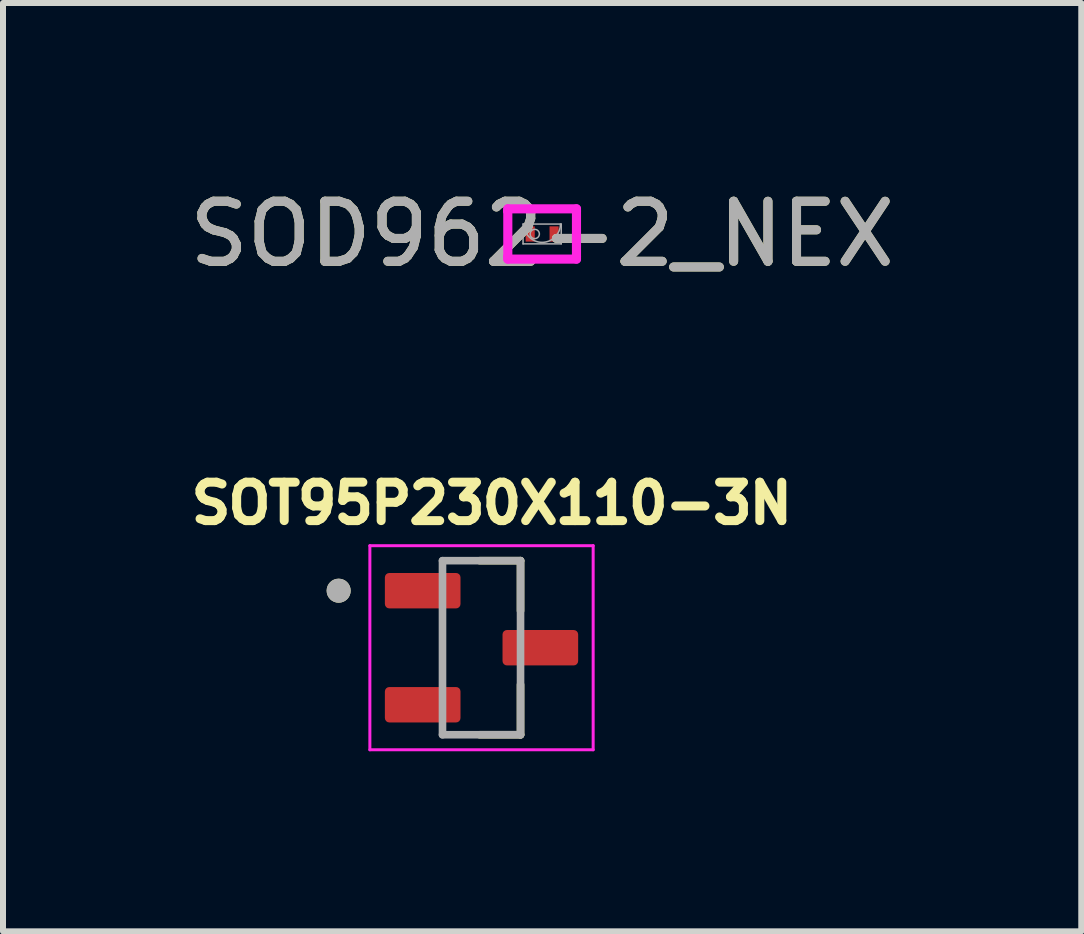
<source format=kicad_pcb>
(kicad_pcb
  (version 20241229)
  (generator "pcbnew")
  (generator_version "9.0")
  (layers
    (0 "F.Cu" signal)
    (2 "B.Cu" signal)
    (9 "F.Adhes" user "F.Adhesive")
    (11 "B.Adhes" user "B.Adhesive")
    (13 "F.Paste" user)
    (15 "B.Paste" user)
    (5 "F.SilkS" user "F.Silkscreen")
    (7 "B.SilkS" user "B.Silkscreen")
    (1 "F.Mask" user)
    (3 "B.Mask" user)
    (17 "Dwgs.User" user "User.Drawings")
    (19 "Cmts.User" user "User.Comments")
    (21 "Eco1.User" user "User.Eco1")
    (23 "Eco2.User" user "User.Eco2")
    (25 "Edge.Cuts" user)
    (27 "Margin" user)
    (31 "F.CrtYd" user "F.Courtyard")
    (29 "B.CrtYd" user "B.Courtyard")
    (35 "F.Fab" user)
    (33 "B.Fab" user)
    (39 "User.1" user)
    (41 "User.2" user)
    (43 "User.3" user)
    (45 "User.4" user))
  (footprint "SOT95P230X110-3N"
    (layer "F.Cu")
    (at 4.972 7.741)
    (property "Reference" "SOT95P230X110-3N" (at 0.172 -2.406 0) (layer "F.SilkS") (effects (font (size 0.64 0.64) (thickness 0.15))))
    (attr smd)
    (fp_line (start -0.03 1.45) (end 0.65 1.45) (stroke (width 0.127) (type solid)) (layer "F.SilkS"))
    (fp_line (start 0.65 -1.45) (end -0.03 -1.45) (stroke (width 0.127) (type solid)) (layer "F.SilkS"))
    (fp_line (start 0.65 -0.615) (end 0.65 -1.45) (stroke (width 0.127) (type solid)) (layer "F.SilkS"))
    (fp_line (start 0.65 1.45) (end 0.65 0.615) (stroke (width 0.127) (type solid)) (layer "F.SilkS"))
    (fp_circle (center -2.38 -0.95) (end -2.28 -0.95) (stroke (width 0.2) (type solid)) (fill no) (layer "F.SilkS"))
    (fp_line (start -1.86 -1.7) (end -1.86 1.7) (stroke (width 0.05) (type solid)) (layer "F.CrtYd"))
    (fp_line (start -1.86 1.7) (end 1.86 1.7) (stroke (width 0.05) (type solid)) (layer "F.CrtYd"))
    (fp_line (start 1.86 -1.7) (end -1.86 -1.7) (stroke (width 0.05) (type solid)) (layer "F.CrtYd"))
    (fp_line (start 1.86 1.7) (end 1.86 -1.7) (stroke (width 0.05) (type solid)) (layer "F.CrtYd"))
    (fp_line (start -0.65 -1.45) (end -0.65 1.45) (stroke (width 0.127) (type solid)) (layer "F.Fab"))
    (fp_line (start -0.65 1.45) (end 0.65 1.45) (stroke (width 0.127) (type solid)) (layer "F.Fab"))
    (fp_line (start 0.65 -1.45) (end -0.65 -1.45) (stroke (width 0.127) (type solid)) (layer "F.Fab"))
    (fp_line (start 0.65 1.45) (end 0.65 -1.45) (stroke (width 0.127) (type solid)) (layer "F.Fab"))
    (fp_circle (center -2.38 -0.95) (end -2.28 -0.95) (stroke (width 0.2) (type solid)) (fill no) (layer "F.Fab"))
    (pad "1" smd roundrect (at -0.98 -0.95) (size 1.26 0.59) (layers "F.Cu" "F.Mask" "F.Paste") (roundrect_rratio 0.125))
    (pad "2" smd roundrect (at -0.98 0.95) (size 1.26 0.59) (layers "F.Cu" "F.Mask" "F.Paste") (roundrect_rratio 0.125))
    (pad "3" smd roundrect (at 0.98 0) (size 1.26 0.59) (layers "F.Cu" "F.Mask" "F.Paste") (roundrect_rratio 0.125)))
  (footprint "SOD962-2_NEX"
    (layer "F.Cu")
    (at 5.982 0.848)
    (property "Reference" "SOD962-2_NEX" (at 0 0 0) (unlocked yes) (layer "F.SilkS") (effects (font (size 1 1) (thickness 0.15))))
    (attr smd)
    (fp_line (start -0.572 -0.419) (end 0.572 -0.419) (stroke (width 0.152) (type solid)) (layer "F.CrtYd"))
    (fp_line (start -0.572 -0.381) (end -0.572 -0.419) (stroke (width 0.152) (type solid)) (layer "F.CrtYd"))
    (fp_line (start -0.572 -0.381) (end -0.572 -0.381) (stroke (width 0.152) (type solid)) (layer "F.CrtYd"))
    (fp_line (start -0.572 0.381) (end -0.572 -0.381) (stroke (width 0.152) (type solid)) (layer "F.CrtYd"))
    (fp_line (start -0.572 0.381) (end -0.572 0.381) (stroke (width 0.152) (type solid)) (layer "F.CrtYd"))
    (fp_line (start -0.572 0.419) (end -0.572 0.381) (stroke (width 0.152) (type solid)) (layer "F.CrtYd"))
    (fp_line (start 0.572 -0.419) (end 0.572 -0.381) (stroke (width 0.152) (type solid)) (layer "F.CrtYd"))
    (fp_line (start 0.572 -0.381) (end 0.572 -0.381) (stroke (width 0.152) (type solid)) (layer "F.CrtYd"))
    (fp_line (start 0.572 -0.381) (end 0.572 0.381) (stroke (width 0.152) (type solid)) (layer "F.CrtYd"))
    (fp_line (start 0.572 0.381) (end 0.572 0.381) (stroke (width 0.152) (type solid)) (layer "F.CrtYd"))
    (fp_line (start 0.572 0.381) (end 0.572 0.419) (stroke (width 0.152) (type solid)) (layer "F.CrtYd"))
    (fp_line (start 0.572 0.419) (end -0.572 0.419) (stroke (width 0.152) (type solid)) (layer "F.CrtYd"))
    (fp_line (start -0.318 -0.165) (end -0.318 0.165) (stroke (width 0.025) (type solid)) (layer "F.Fab"))
    (fp_line (start -0.318 0.165) (end 0.318 0.165) (stroke (width 0.025) (type solid)) (layer "F.Fab"))
    (fp_line (start 0.318 -0.165) (end -0.318 -0.165) (stroke (width 0.025) (type solid)) (layer "F.Fab"))
    (fp_line (start 0.318 0.165) (end 0.318 -0.165) (stroke (width 0.025) (type solid)) (layer "F.Fab"))
    (fp_arc (start 0.3048 -0.1651) (mid 0 0.1397) (end -0.3048 -0.1651) (stroke (width 0.0254) (type solid)) (layer "F.Fab"))
    (fp_circle (center -0.123 0) (end -0.046 0) (stroke (width 0.025) (type solid)) (fill no) (layer "F.Fab"))
    (fp_text user "${REFERENCE}" (at 0 0 0) (unlocked yes) (layer "F.Fab") (effects (font (size 1 1) (thickness 0.15))))
    (pad "1" smd rect (at -0.199 0) (size 0.152 0.254) (layers "F.Cu" "F.Mask" "F.Paste"))
    (pad "2" smd rect (at 0.199 0) (size 0.152 0.254) (layers "F.Cu" "F.Mask" "F.Paste")))
  (gr_rect
    (start -3 -3)
    (end 14.964 12.466)
    (stroke (width 0.1) (type default))
    (fill no)
    (layer "Edge.Cuts")))
</source>
